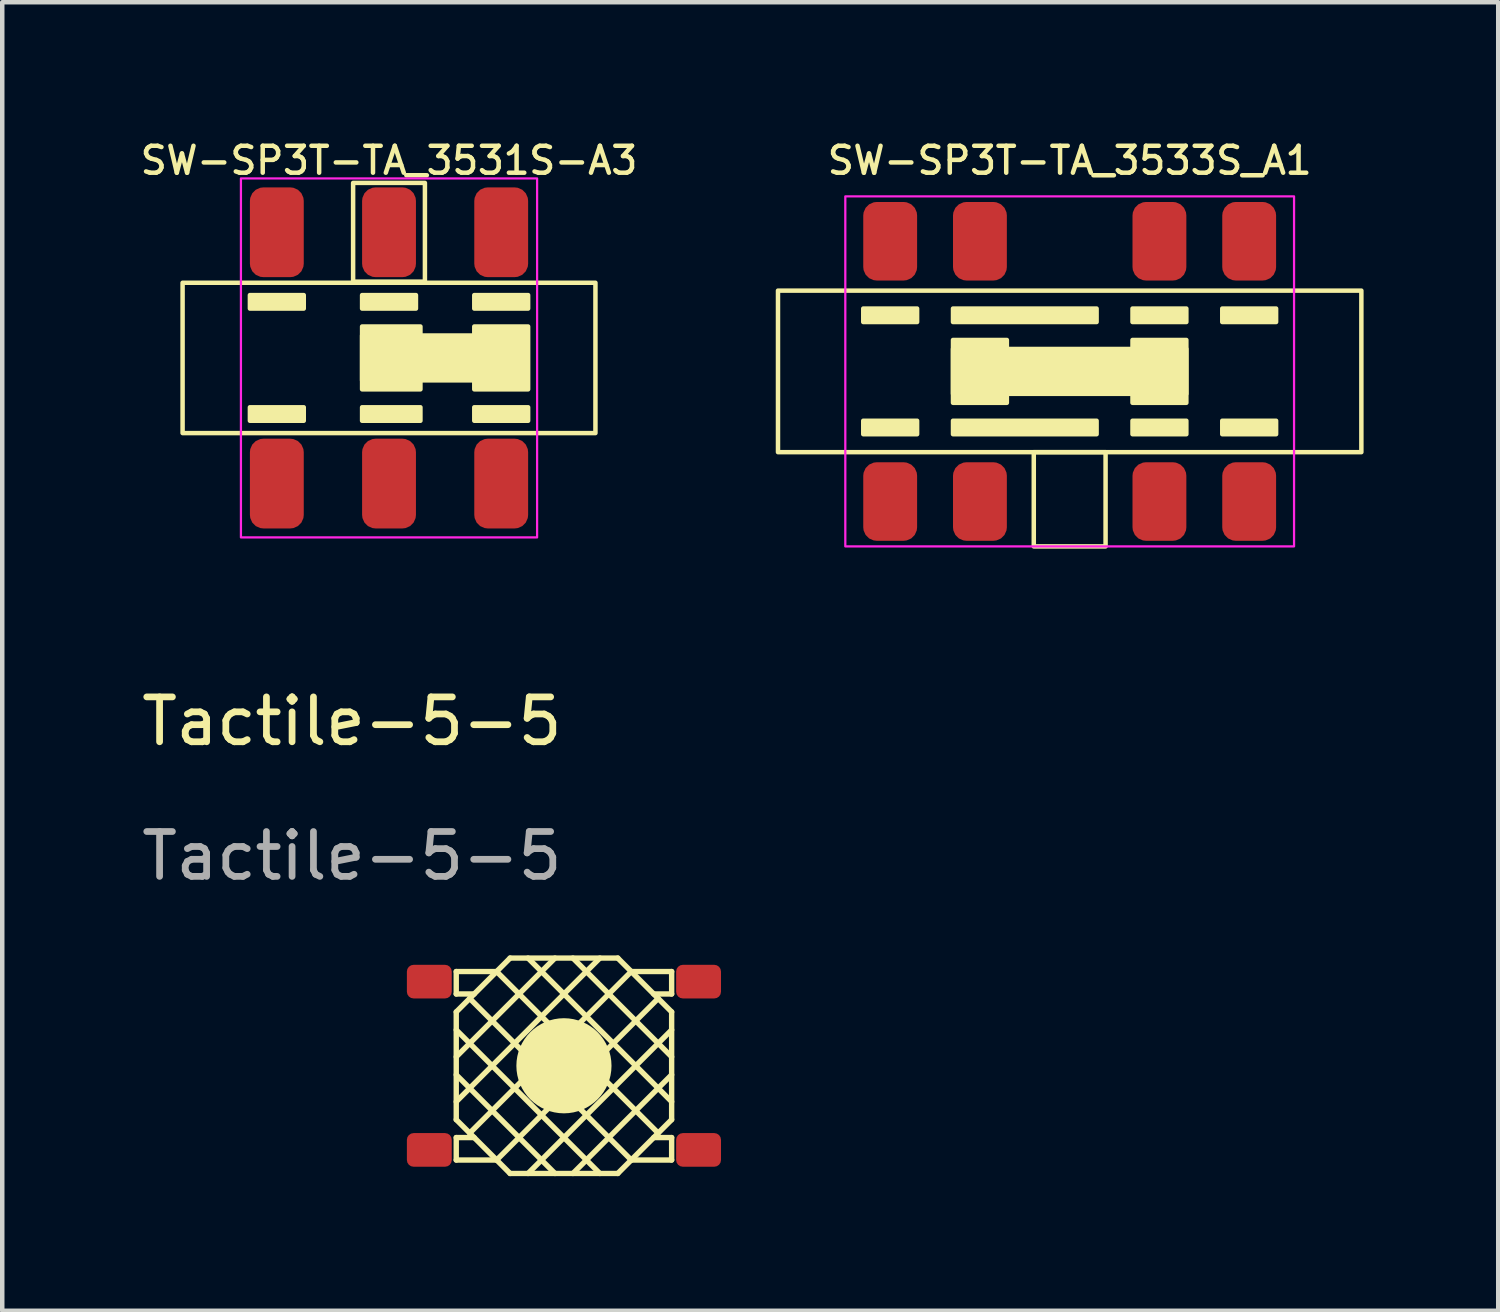
<source format=kicad_pcb>
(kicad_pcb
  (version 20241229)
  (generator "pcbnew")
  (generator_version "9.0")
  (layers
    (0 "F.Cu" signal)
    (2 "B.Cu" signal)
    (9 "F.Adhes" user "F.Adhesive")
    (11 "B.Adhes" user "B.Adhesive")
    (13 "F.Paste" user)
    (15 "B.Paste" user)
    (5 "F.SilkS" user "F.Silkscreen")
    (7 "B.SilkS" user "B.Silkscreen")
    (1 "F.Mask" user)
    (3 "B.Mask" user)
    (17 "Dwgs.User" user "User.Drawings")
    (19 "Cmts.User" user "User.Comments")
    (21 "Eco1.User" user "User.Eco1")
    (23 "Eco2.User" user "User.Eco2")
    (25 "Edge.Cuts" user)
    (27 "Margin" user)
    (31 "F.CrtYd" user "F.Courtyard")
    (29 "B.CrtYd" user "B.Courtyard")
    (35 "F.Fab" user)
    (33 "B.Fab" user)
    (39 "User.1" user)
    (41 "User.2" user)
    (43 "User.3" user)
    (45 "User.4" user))
  (footprint "SW-SP3T-TA_3531S-A3"
    (layer "F.Cu")
    (at 5.619 4.926)
    (property "Reference" "SW-SP3T-TA_3531S-A3" (at 0 -4.4 0) (layer "F.SilkS") (effects (font (size 0.6 0.6) (thickness 0.1) (bold yes))))
    (attr smd)
    (fp_rect (start -4.6 -1.675) (end 4.6 1.675) (stroke (width 0.1) (type default)) (fill no) (layer "F.SilkS"))
    (fp_rect (start -3.1 -1.4) (end -1.9 -1.1) (stroke (width 0.1) (type solid)) (fill yes) (layer "F.SilkS"))
    (fp_rect (start -3.1 1.1) (end -1.9 1.4) (stroke (width 0.1) (type solid)) (fill yes) (layer "F.SilkS"))
    (fp_rect (start -0.8 -3.9) (end 0.8 -1.7) (stroke (width 0.1) (type default)) (fill no) (layer "F.SilkS"))
    (fp_rect (start -0.6 -1.4) (end 0.6 -1.1) (stroke (width 0.1) (type solid)) (fill yes) (layer "F.SilkS"))
    (fp_rect (start -0.6 -0.7) (end 0.7 0.7) (stroke (width 0.1) (type solid)) (fill yes) (layer "F.SilkS"))
    (fp_rect (start -0.6 -0.5) (end 2.6 0.5) (stroke (width 0.1) (type solid)) (fill yes) (layer "F.SilkS"))
    (fp_rect (start -0.6 1.1) (end 0.7 1.4) (stroke (width 0.1) (type solid)) (fill yes) (layer "F.SilkS"))
    (fp_rect (start 1.9 -1.4) (end 3.1 -1.1) (stroke (width 0.1) (type solid)) (fill yes) (layer "F.SilkS"))
    (fp_rect (start 1.9 -0.7) (end 3.1 0.7) (stroke (width 0.1) (type solid)) (fill yes) (layer "F.SilkS"))
    (fp_rect (start 1.9 1.1) (end 3.1 1.4) (stroke (width 0.1) (type solid)) (fill yes) (layer "F.SilkS"))
    (fp_rect (start -3.3 -4) (end 3.3 4) (stroke (width 0.05) (type default)) (fill no) (layer "F.CrtYd"))
    (pad "1" smd roundrect (at -2.5 2.8) (size 1.2 2) (layers "F.Cu" "F.Mask" "F.Paste") (roundrect_rratio 0.25))
    (pad "2" smd roundrect (at 0 2.8) (size 1.2 2) (layers "F.Cu" "F.Mask" "F.Paste") (roundrect_rratio 0.25))
    (pad "3" smd roundrect (at 2.5 2.8) (size 1.2 2) (layers "F.Cu" "F.Mask" "F.Paste") (roundrect_rratio 0.25))
    (pad "4" smd roundrect (at 2.5 -2.8) (size 1.2 2) (layers "F.Cu" "F.Mask" "F.Paste") (roundrect_rratio 0.25))
    (pad "5" smd roundrect (at 0 -2.8) (size 1.2 2) (layers "F.Cu" "F.Mask" "F.Paste") (roundrect_rratio 0.25))
    (pad "6" smd roundrect (at -2.5 -2.8) (size 1.2 2) (layers "F.Cu" "F.Mask" "F.Paste") (roundrect_rratio 0.25)))
  (footprint "SW-SP3T-TA_3533S_A1"
    (layer "F.Cu")
    (at 20.787 5.226)
    (property "Reference" "SW-SP3T-TA_3533S_A1" (at 0 -4.7 0) (layer "F.SilkS") (effects (font (size 0.6 0.6) (thickness 0.1) (bold yes))))
    (attr smd)
    (fp_rect (start -6.5 -1.8) (end 6.5 1.8) (stroke (width 0.1) (type default)) (fill no) (layer "F.SilkS"))
    (fp_rect (start -4.6 -1.4) (end -3.4 -1.1) (stroke (width 0.1) (type solid)) (fill yes) (layer "F.SilkS"))
    (fp_rect (start -4.6 1.1) (end -3.4 1.4) (stroke (width 0.1) (type solid)) (fill yes) (layer "F.SilkS"))
    (fp_rect (start -2.6 -1.4) (end 0.6 -1.1) (stroke (width 0.1) (type solid)) (fill yes) (layer "F.SilkS"))
    (fp_rect (start -2.6 -0.7) (end -1.4 0.7) (stroke (width 0.1) (type solid)) (fill yes) (layer "F.SilkS"))
    (fp_rect (start -2.6 -0.5) (end 2.6 0.5) (stroke (width 0.1) (type solid)) (fill yes) (layer "F.SilkS"))
    (fp_rect (start -2.6 1.1) (end 0.6 1.4) (stroke (width 0.1) (type solid)) (fill yes) (layer "F.SilkS"))
    (fp_rect (start -0.8 1.8) (end 0.8 3.9) (stroke (width 0.1) (type default)) (fill no) (layer "F.SilkS"))
    (fp_rect (start 1.4 -1.4) (end 2.6 -1.1) (stroke (width 0.1) (type solid)) (fill yes) (layer "F.SilkS"))
    (fp_rect (start 1.4 -0.7) (end 2.6 0.7) (stroke (width 0.1) (type solid)) (fill yes) (layer "F.SilkS"))
    (fp_rect (start 1.4 1.1) (end 2.6 1.4) (stroke (width 0.1) (type solid)) (fill yes) (layer "F.SilkS"))
    (fp_rect (start 3.4 -1.4) (end 4.6 -1.1) (stroke (width 0.1) (type solid)) (fill yes) (layer "F.SilkS"))
    (fp_rect (start 3.4 1.1) (end 4.6 1.4) (stroke (width 0.1) (type solid)) (fill yes) (layer "F.SilkS"))
    (fp_rect (start -5 -3.9) (end 5 3.9) (stroke (width 0.05) (type default)) (fill no) (layer "F.CrtYd"))
    (pad "1" smd roundrect (at -4 2.9) (size 1.2 1.75) (layers "F.Cu" "F.Mask" "F.Paste") (roundrect_rratio 0.25))
    (pad "2" smd roundrect (at -2 2.9) (size 1.2 1.75) (layers "F.Cu" "F.Mask" "F.Paste") (roundrect_rratio 0.25))
    (pad "3" smd roundrect (at 2 2.9) (size 1.2 1.75) (layers "F.Cu" "F.Mask" "F.Paste") (roundrect_rratio 0.25))
    (pad "4" smd roundrect (at 4 2.9) (size 1.2 1.75) (layers "F.Cu" "F.Mask" "F.Paste") (roundrect_rratio 0.25))
    (pad "5" smd roundrect (at 4 -2.9) (size 1.2 1.75) (layers "F.Cu" "F.Mask" "F.Paste") (roundrect_rratio 0.25))
    (pad "6" smd roundrect (at 2 -2.9) (size 1.2 1.75) (layers "F.Cu" "F.Mask" "F.Paste") (roundrect_rratio 0.25))
    (pad "7" smd roundrect (at -2 -2.9) (size 1.2 1.75) (layers "F.Cu" "F.Mask" "F.Paste") (roundrect_rratio 0.25))
    (pad "8" smd roundrect (at -4 -2.9) (size 1.2 1.75) (layers "F.Cu" "F.Mask" "F.Paste") (roundrect_rratio 0.25)))
  (footprint "Tactile-5-5"
    (layer "F.Cu")
    (at 9.517 20.7)
    (property "Reference" "Tactile-5-5" (at -4.725 -7.675 0) (unlocked yes) (layer "F.SilkS") (effects (font (size 1 1) (thickness 0.15))))
    (attr smd)
    (fp_line (start -2.4 -2.1) (end -2.4 -1.6) (stroke (width 0.12) (type solid)) (layer "F.SilkS"))
    (fp_line (start -2.4 -2.1) (end -1.5 -2.1) (stroke (width 0.12) (type solid)) (layer "F.SilkS"))
    (fp_line (start -2.4 -1.6) (end -2 -1.6) (stroke (width 0.12) (type solid)) (layer "F.SilkS"))
    (fp_line (start -2.4 -1.2) (end -2.4 1.2) (stroke (width 0.12) (type solid)) (layer "F.SilkS"))
    (fp_line (start -2.4 -1.2) (end -1.2 -2.4) (stroke (width 0.12) (type solid)) (layer "F.SilkS"))
    (fp_line (start -2.4 -0.2) (end -0.2 -2.4) (stroke (width 0.12) (type solid)) (layer "F.SilkS"))
    (fp_line (start -2.4 0.8) (end 0.8 -2.4) (stroke (width 0.12) (type solid)) (layer "F.SilkS"))
    (fp_line (start -2.4 1.2) (end -1.2 2.4) (stroke (width 0.12) (type solid)) (layer "F.SilkS"))
    (fp_line (start -2.4 1.6) (end -2.4 2.1) (stroke (width 0.12) (type solid)) (layer "F.SilkS"))
    (fp_line (start -2.4 1.6) (end -2 1.6) (stroke (width 0.12) (type solid)) (layer "F.SilkS"))
    (fp_line (start -2.4 2.1) (end -1.5 2.1) (stroke (width 0.12) (type solid)) (layer "F.SilkS"))
    (fp_line (start -2.1 1.5) (end 1.5 -2.1) (stroke (width 0.12) (type solid)) (layer "F.SilkS"))
    (fp_line (start -1.5 2.1) (end 2.1 -1.5) (stroke (width 0.12) (type solid)) (layer "F.SilkS"))
    (fp_line (start -1.2 2.4) (end 1.2 2.4) (stroke (width 0.12) (type solid)) (layer "F.SilkS"))
    (fp_line (start -0.8 2.4) (end 2.4 -0.8) (stroke (width 0.12) (type solid)) (layer "F.SilkS"))
    (fp_line (start -0.2 2.4) (end -2.4 0.2) (stroke (width 0.12) (type solid)) (layer "F.SilkS"))
    (fp_line (start 0.2 2.4) (end 2.4 0.2) (stroke (width 0.12) (type solid)) (layer "F.SilkS"))
    (fp_line (start 0.8 2.4) (end -2.4 -0.8) (stroke (width 0.12) (type solid)) (layer "F.SilkS"))
    (fp_line (start 1.2 -2.4) (end -1.2 -2.4) (stroke (width 0.12) (type solid)) (layer "F.SilkS"))
    (fp_line (start 1.2 2.4) (end 2.4 1.2) (stroke (width 0.12) (type solid)) (layer "F.SilkS"))
    (fp_line (start 1.5 2.1) (end -2.1 -1.5) (stroke (width 0.12) (type solid)) (layer "F.SilkS"))
    (fp_line (start 2.1 1.5) (end -1.5 -2.1) (stroke (width 0.12) (type solid)) (layer "F.SilkS"))
    (fp_line (start 2.4 -2.1) (end 1.5 -2.1) (stroke (width 0.12) (type solid)) (layer "F.SilkS"))
    (fp_line (start 2.4 -1.6) (end 2 -1.6) (stroke (width 0.12) (type solid)) (layer "F.SilkS"))
    (fp_line (start 2.4 -1.6) (end 2.4 -2.1) (stroke (width 0.12) (type solid)) (layer "F.SilkS"))
    (fp_line (start 2.4 -1.2) (end 1.2 -2.4) (stroke (width 0.12) (type solid)) (layer "F.SilkS"))
    (fp_line (start 2.4 -0.2) (end 0.2 -2.4) (stroke (width 0.12) (type solid)) (layer "F.SilkS"))
    (fp_line (start 2.4 0.8) (end -0.8 -2.4) (stroke (width 0.12) (type solid)) (layer "F.SilkS"))
    (fp_line (start 2.4 1.2) (end 2.4 -1.2) (stroke (width 0.12) (type solid)) (layer "F.SilkS"))
    (fp_line (start 2.4 1.6) (end 2 1.6) (stroke (width 0.12) (type solid)) (layer "F.SilkS"))
    (fp_line (start 2.4 2.1) (end 1.5 2.1) (stroke (width 0.12) (type solid)) (layer "F.SilkS"))
    (fp_line (start 2.4 2.1) (end 2.4 1.6) (stroke (width 0.12) (type solid)) (layer "F.SilkS"))
    (fp_circle (center 0 0) (end 1 0) (stroke (width 0.12) (type solid)) (fill yes) (layer "F.SilkS"))
    (fp_text user "${REFERENCE}" (at -4.725 -4.675 0) (unlocked yes) (layer "F.Fab") (effects (font (size 1 1) (thickness 0.15))))
    (pad "1" smd roundrect (at -3 -1.875) (size 1 0.75) (layers "F.Cu" "F.Mask" "F.Paste") (roundrect_rratio 0.2))
    (pad "2" smd roundrect (at 3 -1.875) (size 1 0.75) (layers "F.Cu" "F.Mask" "F.Paste") (roundrect_rratio 0.2))
    (pad "3" smd roundrect (at -3 1.875) (size 1 0.75) (layers "F.Cu" "F.Mask" "F.Paste") (roundrect_rratio 0.2))
    (pad "4" smd roundrect (at 3 1.875) (size 1 0.75) (layers "F.Cu" "F.Mask" "F.Paste") (roundrect_rratio 0.2)))
  (gr_rect
    (start -3 -3)
    (end 30.337 26.16)
    (stroke (width 0.1) (type default))
    (fill no)
    (layer "Edge.Cuts")))
</source>
